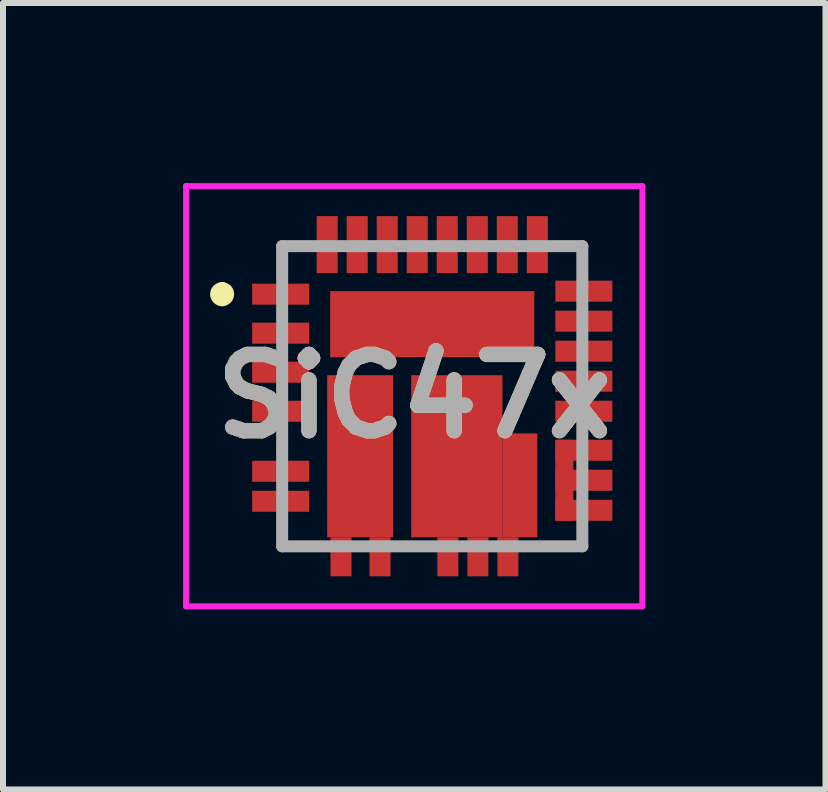
<source format=kicad_pcb>
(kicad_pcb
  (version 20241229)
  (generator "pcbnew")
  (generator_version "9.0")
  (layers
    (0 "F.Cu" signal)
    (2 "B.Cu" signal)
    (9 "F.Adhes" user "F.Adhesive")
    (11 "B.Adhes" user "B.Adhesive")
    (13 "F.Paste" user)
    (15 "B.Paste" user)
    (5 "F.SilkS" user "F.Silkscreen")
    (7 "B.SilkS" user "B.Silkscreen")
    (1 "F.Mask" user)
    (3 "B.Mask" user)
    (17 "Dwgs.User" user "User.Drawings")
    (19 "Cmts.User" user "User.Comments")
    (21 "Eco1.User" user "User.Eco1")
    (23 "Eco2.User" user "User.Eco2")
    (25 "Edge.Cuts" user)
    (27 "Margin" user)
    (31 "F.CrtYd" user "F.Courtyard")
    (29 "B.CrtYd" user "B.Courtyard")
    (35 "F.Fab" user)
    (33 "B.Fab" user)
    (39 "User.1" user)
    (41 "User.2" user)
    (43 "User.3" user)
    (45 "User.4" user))
  (footprint "SiC47x"
    (layer "F.Cu")
    (at 4.15 3.55)
    (property "Reference" "SiC47x" (at -0.3 0 0) (layer "F.SilkS") (effects (font (size 1.27 1.27) (thickness 0.254))))
    (attr smd)
    (fp_line (start -3.5 -1.8) (end -3.5 -1.8) (stroke (width 0.2) (type solid)) (layer "F.SilkS"))
    (fp_line (start -3.5 -1.6) (end -3.5 -1.6) (stroke (width 0.2) (type solid)) (layer "F.SilkS"))
    (fp_line (start -2.5 -2.5) (end -2.5 -2.2) (stroke (width 0.1) (type solid)) (layer "F.SilkS"))
    (fp_line (start -2.5 0.7) (end -2.5 0.8) (stroke (width 0.1) (type solid)) (layer "F.SilkS"))
    (fp_line (start -2.5 2.5) (end -2.5 2.3) (stroke (width 0.1) (type solid)) (layer "F.SilkS"))
    (fp_line (start -2.2 -2.5) (end -2.5 -2.5) (stroke (width 0.1) (type solid)) (layer "F.SilkS"))
    (fp_line (start -2 2.5) (end -2.5 2.5) (stroke (width 0.1) (type solid)) (layer "F.SilkS"))
    (fp_line (start 2 2.5) (end 2.5 2.5) (stroke (width 0.1) (type solid)) (layer "F.SilkS"))
    (fp_line (start 2.5 -2.5) (end 2.2 -2.5) (stroke (width 0.1) (type solid)) (layer "F.SilkS"))
    (fp_line (start 2.5 -2.2) (end 2.5 -2.5) (stroke (width 0.1) (type solid)) (layer "F.SilkS"))
    (fp_line (start 2.5 2.5) (end 2.5 2.3) (stroke (width 0.1) (type solid)) (layer "F.SilkS"))
    (fp_arc (start -3.5 -1.8) (mid -3.4 -1.7) (end -3.5 -1.6) (stroke (width 0.2) (type solid)) (layer "F.SilkS"))
    (fp_arc (start -3.5 -1.6) (mid -3.6 -1.7) (end -3.5 -1.8) (stroke (width 0.2) (type solid)) (layer "F.SilkS"))
    (fp_line (start -4.1 -3.5) (end 3.5 -3.5) (stroke (width 0.1) (type solid)) (layer "F.CrtYd"))
    (fp_line (start -4.1 3.5) (end -4.1 -3.5) (stroke (width 0.1) (type solid)) (layer "F.CrtYd"))
    (fp_line (start 3.5 -3.5) (end 3.5 3.5) (stroke (width 0.1) (type solid)) (layer "F.CrtYd"))
    (fp_line (start 3.5 3.5) (end -4.1 3.5) (stroke (width 0.1) (type solid)) (layer "F.CrtYd"))
    (fp_line (start -2.5 -2.5) (end 2.5 -2.5) (stroke (width 0.2) (type solid)) (layer "F.Fab"))
    (fp_line (start -2.5 2.5) (end -2.5 -2.5) (stroke (width 0.2) (type solid)) (layer "F.Fab"))
    (fp_line (start 2.5 -2.5) (end 2.5 2.5) (stroke (width 0.2) (type solid)) (layer "F.Fab"))
    (fp_line (start 2.5 2.5) (end -2.5 2.5) (stroke (width 0.2) (type solid)) (layer "F.Fab"))
    (fp_text user "${REFERENCE}" (at -0.3 0 0) (layer "F.Fab") (effects (font (size 1.27 1.27) (thickness 0.254))))
    (pad "1" smd rect (at -2.525 -1.7 90) (size 0.35 0.95) (layers "F.Cu" "F.Mask" "F.Paste"))
    (pad "2" smd rect (at -2.525 -1.05 90) (size 0.35 0.95) (layers "F.Cu" "F.Mask" "F.Paste"))
    (pad "3" smd rect (at -2.525 -0.4 90) (size 0.35 0.95) (layers "F.Cu" "F.Mask" "F.Paste"))
    (pad "4" smd rect (at -2.525 0.25 90) (size 0.35 0.95) (layers "F.Cu" "F.Mask" "F.Paste"))
    (pad "5" smd rect (at -2.525 1.25 90) (size 0.35 0.95) (layers "F.Cu" "F.Mask" "F.Paste"))
    (pad "6" smd rect (at -2.525 1.75 90) (size 0.35 0.95) (layers "F.Cu" "F.Mask" "F.Paste"))
    (pad "7" smd rect (at -1.52 2.675) (size 0.35 0.65) (layers "F.Cu" "F.Mask" "F.Paste"))
    (pad "8" smd rect (at -0.87 2.675) (size 0.35 0.65) (layers "F.Cu" "F.Mask" "F.Paste"))
    (pad "9" smd rect (at 0.26 2.675) (size 0.35 0.65) (layers "F.Cu" "F.Mask" "F.Paste"))
    (pad "10" smd rect (at 0.76 2.675) (size 0.35 0.65) (layers "F.Cu" "F.Mask" "F.Paste"))
    (pad "11" smd rect (at 1.26 2.675) (size 0.35 0.65) (layers "F.Cu" "F.Mask" "F.Paste"))
    (pad "12" smd rect (at 2.525 1.9 90) (size 0.35 0.95) (layers "F.Cu" "F.Mask" "F.Paste"))
    (pad "13" smd rect (at 2.525 1.4 90) (size 0.35 0.95) (layers "F.Cu" "F.Mask" "F.Paste"))
    (pad "14" smd rect (at 2.525 0.9 90) (size 0.35 0.95) (layers "F.Cu" "F.Mask" "F.Paste"))
    (pad "15" smd rect (at 2.525 0.25 90) (size 0.35 0.95) (layers "F.Cu" "F.Mask" "F.Paste"))
    (pad "16" smd rect (at 2.525 -0.25 90) (size 0.35 0.95) (layers "F.Cu" "F.Mask" "F.Paste"))
    (pad "17" smd rect (at 2.525 -0.75 90) (size 0.35 0.95) (layers "F.Cu" "F.Mask" "F.Paste"))
    (pad "18" smd rect (at 2.525 -1.25 90) (size 0.35 0.95) (layers "F.Cu" "F.Mask" "F.Paste"))
    (pad "19" smd rect (at 2.525 -1.75 90) (size 0.35 0.95) (layers "F.Cu" "F.Mask" "F.Paste"))
    (pad "20" smd rect (at 1.75 -2.525) (size 0.35 0.95) (layers "F.Cu" "F.Mask" "F.Paste"))
    (pad "21" smd rect (at 1.25 -2.525) (size 0.35 0.95) (layers "F.Cu" "F.Mask" "F.Paste"))
    (pad "22" smd rect (at 0.75 -2.525) (size 0.35 0.95) (layers "F.Cu" "F.Mask" "F.Paste"))
    (pad "23" smd rect (at 0.25 -2.525) (size 0.35 0.95) (layers "F.Cu" "F.Mask" "F.Paste"))
    (pad "24" smd rect (at -0.25 -2.525) (size 0.35 0.95) (layers "F.Cu" "F.Mask" "F.Paste"))
    (pad "25" smd rect (at -0.75 -2.525) (size 0.35 0.95) (layers "F.Cu" "F.Mask" "F.Paste"))
    (pad "26" smd rect (at -1.25 -2.525) (size 0.35 0.95) (layers "F.Cu" "F.Mask" "F.Paste"))
    (pad "27" smd rect (at -1.75 -2.525) (size 0.35 0.95) (layers "F.Cu" "F.Mask" "F.Paste"))
    (pad "28" smd rect (at 0 -1.2 90) (size 1.1 3.4) (layers "F.Cu" "F.Mask" "F.Paste"))
    (pad "29" smd rect (at -1.2 1) (size 1.1 2.7) (layers "F.Cu" "F.Mask" "F.Paste"))
    (pad "30" smd rect (at 0.41 1) (size 1.52 2.7) (layers "F.Cu" "F.Mask" "F.Paste"))
    (pad "A12" smd rect (at 2.2 1.4) (size 0.3 1.35) (layers "F.Cu" "F.Mask" "F.Paste"))
    (pad "A30" smd rect (at 1.46 1.485) (size 0.58 1.73) (layers "F.Cu" "F.Mask" "F.Paste")))
  (gr_rect
    (start -3 -3)
    (end 10.7 10.1)
    (stroke (width 0.1) (type default))
    (fill no)
    (layer "Edge.Cuts")))
</source>
